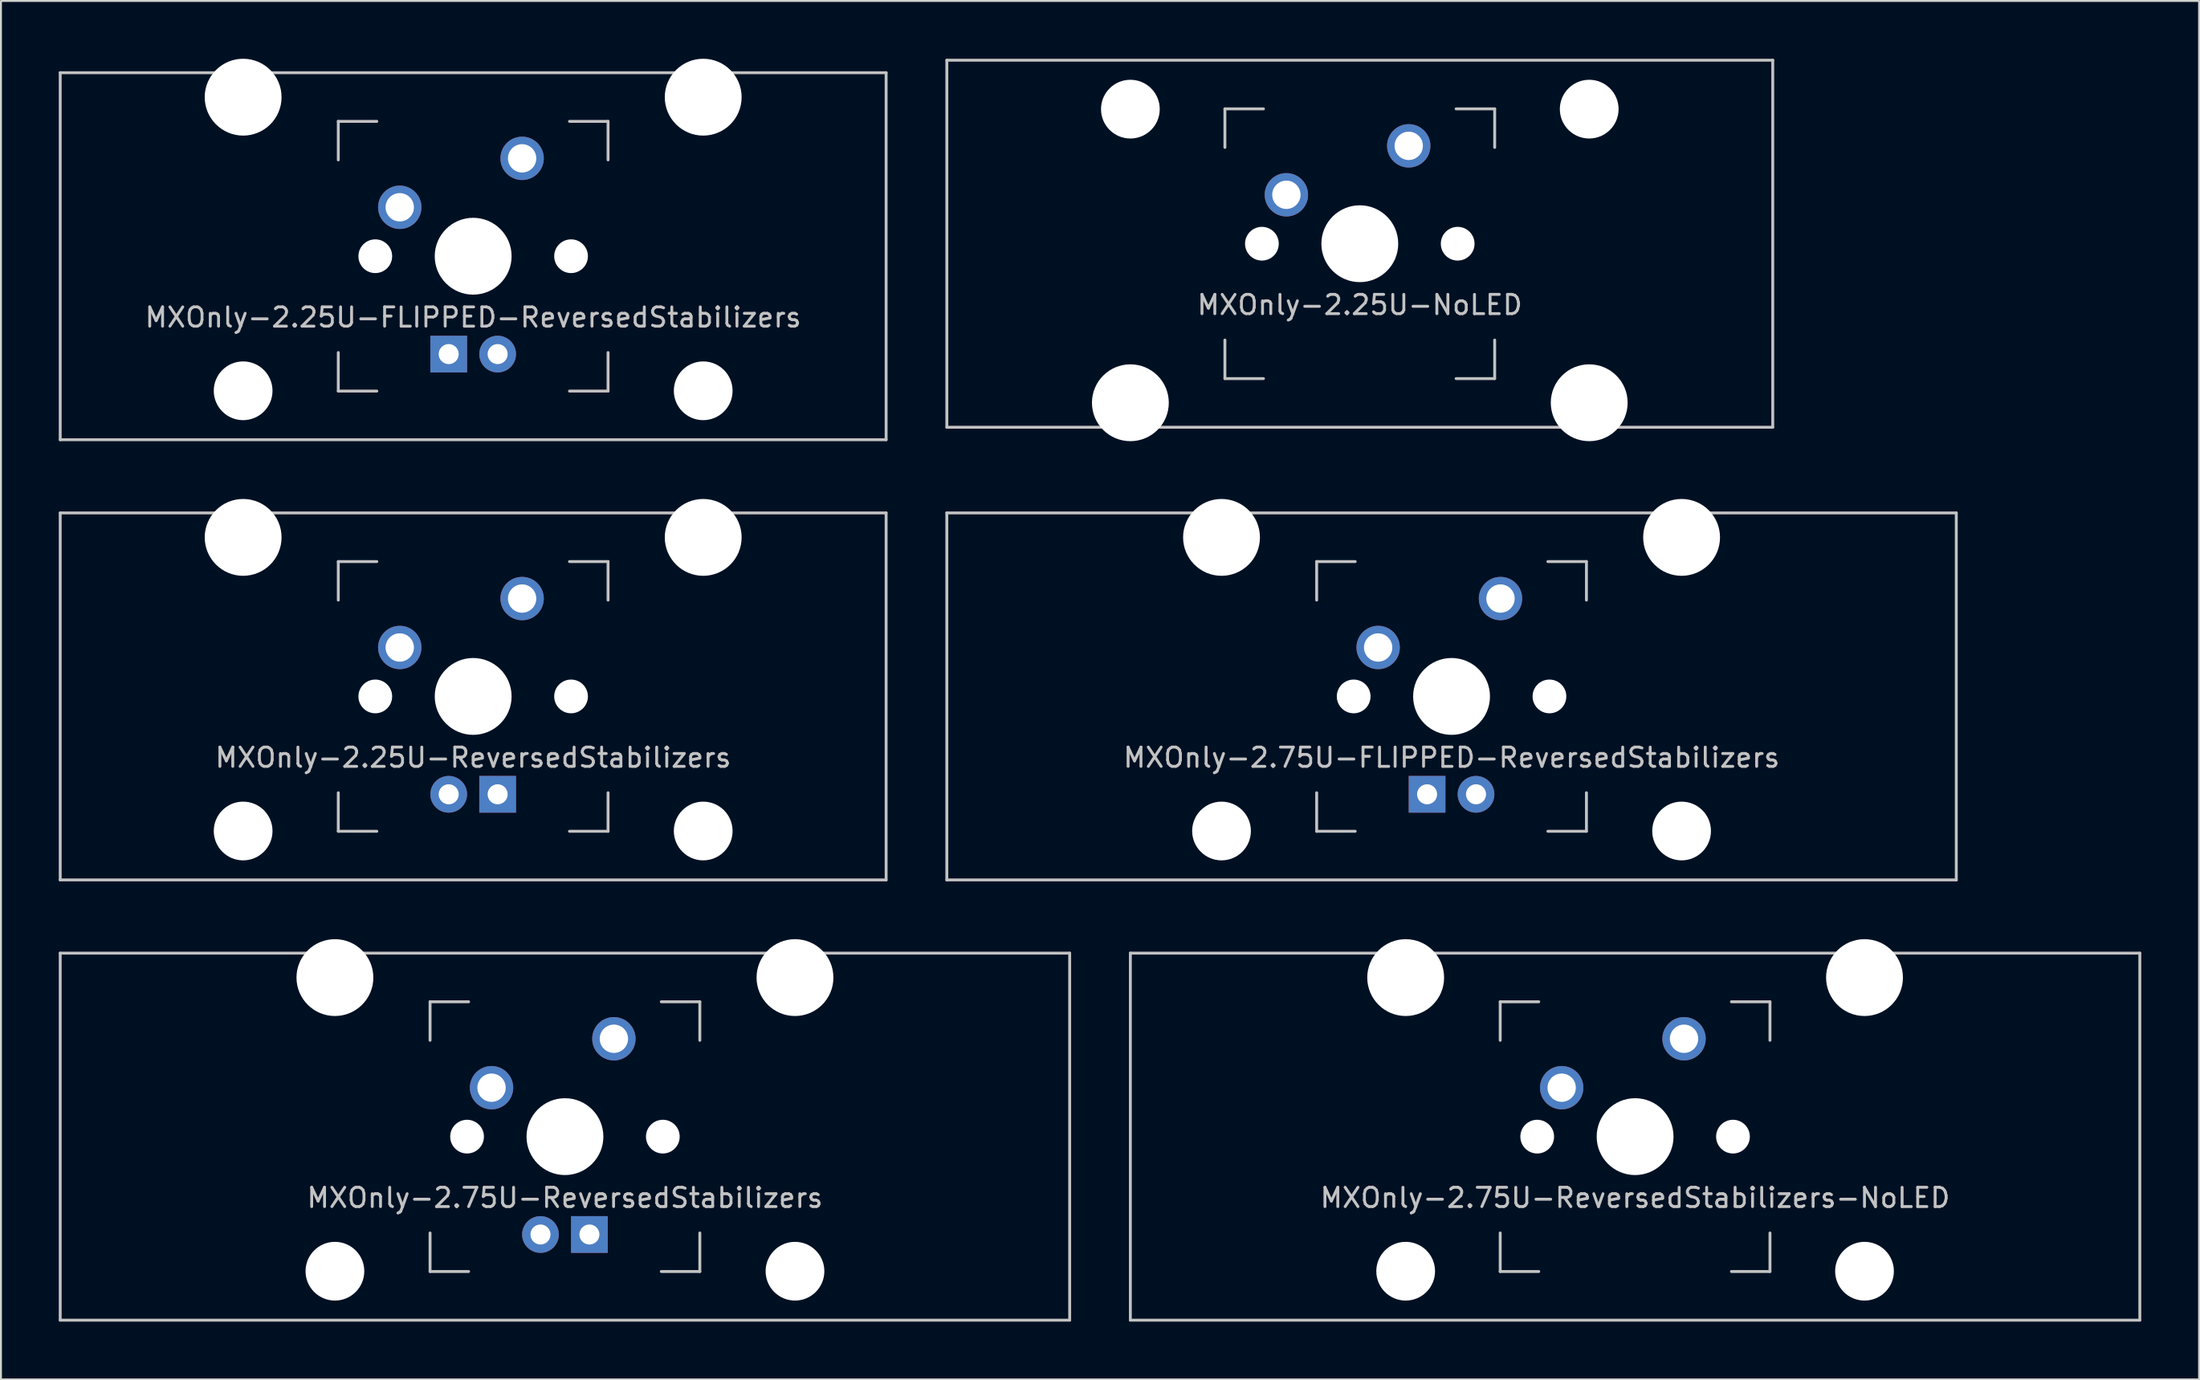
<source format=kicad_pcb>
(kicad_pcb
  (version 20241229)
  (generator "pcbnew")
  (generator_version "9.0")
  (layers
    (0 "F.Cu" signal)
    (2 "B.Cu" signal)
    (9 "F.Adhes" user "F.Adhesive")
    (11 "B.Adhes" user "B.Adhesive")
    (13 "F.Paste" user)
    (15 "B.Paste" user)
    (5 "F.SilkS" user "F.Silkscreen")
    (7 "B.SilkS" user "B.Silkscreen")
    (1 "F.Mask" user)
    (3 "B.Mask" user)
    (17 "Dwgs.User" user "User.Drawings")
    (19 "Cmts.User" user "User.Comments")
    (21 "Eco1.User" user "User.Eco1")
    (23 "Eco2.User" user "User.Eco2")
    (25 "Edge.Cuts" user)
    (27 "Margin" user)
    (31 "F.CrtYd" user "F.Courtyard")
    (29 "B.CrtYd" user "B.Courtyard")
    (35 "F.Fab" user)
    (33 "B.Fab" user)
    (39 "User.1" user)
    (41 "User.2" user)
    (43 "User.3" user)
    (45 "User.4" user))
  (footprint "MXOnly-2.25U-FLIPPED-ReversedStabilizers"
    (layer "F.Cu")
    (at 21.506 10.249)
    (property "Reference" "MXOnly-2.25U-FLIPPED-ReversedStabilizers" (at 0 3.175 0) (layer "Dwgs.User") (effects (font (size 1 1) (thickness 0.15))))
    (attr through_hole)
    (fp_line (start -21.431 -9.525) (end 21.431 -9.525) (stroke (width 0.15) (type solid)) (layer "Dwgs.User"))
    (fp_line (start -21.431 9.525) (end -21.431 -9.525) (stroke (width 0.15) (type solid)) (layer "Dwgs.User"))
    (fp_line (start -21.431 9.525) (end 21.431 9.525) (stroke (width 0.15) (type solid)) (layer "Dwgs.User"))
    (fp_line (start -7 -7) (end -7 -5) (stroke (width 0.15) (type solid)) (layer "Dwgs.User"))
    (fp_line (start -7 5) (end -7 7) (stroke (width 0.15) (type solid)) (layer "Dwgs.User"))
    (fp_line (start -7 7) (end -5 7) (stroke (width 0.15) (type solid)) (layer "Dwgs.User"))
    (fp_line (start -5 -7) (end -7 -7) (stroke (width 0.15) (type solid)) (layer "Dwgs.User"))
    (fp_line (start 5 -7) (end 7 -7) (stroke (width 0.15) (type solid)) (layer "Dwgs.User"))
    (fp_line (start 5 7) (end 7 7) (stroke (width 0.15) (type solid)) (layer "Dwgs.User"))
    (fp_line (start 7 -7) (end 7 -5) (stroke (width 0.15) (type solid)) (layer "Dwgs.User"))
    (fp_line (start 7 7) (end 7 5) (stroke (width 0.15) (type solid)) (layer "Dwgs.User"))
    (fp_line (start 21.431 -9.525) (end 21.431 9.525) (stroke (width 0.15) (type solid)) (layer "Dwgs.User"))
    (pad "" np_thru_hole circle (at -11.938 -8.255) (size 3.988 3.988) (drill 3.988) (layers "*.Cu" "*.Mask"))
    (pad "" np_thru_hole circle (at -11.938 6.985) (size 3.048 3.048) (drill 3.048) (layers "*.Cu" "*.Mask"))
    (pad "" np_thru_hole circle (at -5.08 0 48.1) (size 1.75 1.75) (drill 1.75) (layers "*.Cu" "*.Mask"))
    (pad "" np_thru_hole circle (at 0 0) (size 3.988 3.988) (drill 3.988) (layers "*.Cu" "*.Mask"))
    (pad "" np_thru_hole circle (at 5.08 0 48.1) (size 1.75 1.75) (drill 1.75) (layers "*.Cu" "*.Mask"))
    (pad "" np_thru_hole circle (at 11.938 -8.255) (size 3.988 3.988) (drill 3.988) (layers "*.Cu" "*.Mask"))
    (pad "" np_thru_hole circle (at 11.938 6.985) (size 3.048 3.048) (drill 3.048) (layers "*.Cu" "*.Mask"))
    (pad "1" thru_hole circle (at -3.81 -2.54) (size 2.25 2.25) (drill 1.47) (layers "*.Cu" "*.Mask"))
    (pad "2" thru_hole circle (at 2.54 -5.08) (size 2.25 2.25) (drill 1.47) (layers "*.Cu" "*.Mask"))
    (pad "3" thru_hole circle (at 1.27 5.08) (size 1.905 1.905) (drill 1.04) (layers "*.Cu" "*.Mask"))
    (pad "4" thru_hole rect (at -1.27 5.08) (size 1.905 1.905) (drill 1.04) (layers "*.Cu" "*.Mask")))
  (footprint "MXOnly-2.75U-ReversedStabilizers-NoLED"
    (layer "F.Cu")
    (at 81.806 55.947)
    (property "Reference" "MXOnly-2.75U-ReversedStabilizers-NoLED" (at 0 3.175 0) (layer "Dwgs.User") (effects (font (size 1 1) (thickness 0.15))))
    (attr through_hole)
    (fp_line (start -26.194 -9.525) (end 26.194 -9.525) (stroke (width 0.15) (type solid)) (layer "Dwgs.User"))
    (fp_line (start -26.194 9.525) (end -26.194 -9.525) (stroke (width 0.15) (type solid)) (layer "Dwgs.User"))
    (fp_line (start -26.194 9.525) (end 26.194 9.525) (stroke (width 0.15) (type solid)) (layer "Dwgs.User"))
    (fp_line (start -7 -7) (end -7 -5) (stroke (width 0.15) (type solid)) (layer "Dwgs.User"))
    (fp_line (start -7 5) (end -7 7) (stroke (width 0.15) (type solid)) (layer "Dwgs.User"))
    (fp_line (start -7 7) (end -5 7) (stroke (width 0.15) (type solid)) (layer "Dwgs.User"))
    (fp_line (start -5 -7) (end -7 -7) (stroke (width 0.15) (type solid)) (layer "Dwgs.User"))
    (fp_line (start 5 -7) (end 7 -7) (stroke (width 0.15) (type solid)) (layer "Dwgs.User"))
    (fp_line (start 5 7) (end 7 7) (stroke (width 0.15) (type solid)) (layer "Dwgs.User"))
    (fp_line (start 7 -7) (end 7 -5) (stroke (width 0.15) (type solid)) (layer "Dwgs.User"))
    (fp_line (start 7 7) (end 7 5) (stroke (width 0.15) (type solid)) (layer "Dwgs.User"))
    (fp_line (start 26.194 -9.525) (end 26.194 9.525) (stroke (width 0.15) (type solid)) (layer "Dwgs.User"))
    (pad "" np_thru_hole circle (at -11.906 -8.255) (size 3.988 3.988) (drill 3.988) (layers "*.Cu" "*.Mask"))
    (pad "" np_thru_hole circle (at -11.906 6.985) (size 3.048 3.048) (drill 3.048) (layers "*.Cu" "*.Mask"))
    (pad "" np_thru_hole circle (at -5.08 0 48.1) (size 1.75 1.75) (drill 1.75) (layers "*.Cu" "*.Mask"))
    (pad "" np_thru_hole circle (at 0 0) (size 3.988 3.988) (drill 3.988) (layers "*.Cu" "*.Mask"))
    (pad "" np_thru_hole circle (at 5.08 0 48.1) (size 1.75 1.75) (drill 1.75) (layers "*.Cu" "*.Mask"))
    (pad "" np_thru_hole circle (at 11.906 -8.255) (size 3.988 3.988) (drill 3.988) (layers "*.Cu" "*.Mask"))
    (pad "" np_thru_hole circle (at 11.906 6.985) (size 3.048 3.048) (drill 3.048) (layers "*.Cu" "*.Mask"))
    (pad "1" thru_hole circle (at -3.81 -2.54) (size 2.25 2.25) (drill 1.47) (layers "*.Cu" "*.Mask"))
    (pad "2" thru_hole circle (at 2.54 -5.08) (size 2.25 2.25) (drill 1.47) (layers "*.Cu" "*.Mask")))
  (footprint "MXOnly-2.25U-ReversedStabilizers"
    (layer "F.Cu")
    (at 21.506 33.098)
    (property "Reference" "MXOnly-2.25U-ReversedStabilizers" (at 0 3.175 0) (layer "Dwgs.User") (effects (font (size 1 1) (thickness 0.15))))
    (attr through_hole)
    (fp_line (start -21.431 -9.525) (end 21.431 -9.525) (stroke (width 0.15) (type solid)) (layer "Dwgs.User"))
    (fp_line (start -21.431 9.525) (end -21.431 -9.525) (stroke (width 0.15) (type solid)) (layer "Dwgs.User"))
    (fp_line (start -21.431 9.525) (end 21.431 9.525) (stroke (width 0.15) (type solid)) (layer "Dwgs.User"))
    (fp_line (start -7 -7) (end -7 -5) (stroke (width 0.15) (type solid)) (layer "Dwgs.User"))
    (fp_line (start -7 5) (end -7 7) (stroke (width 0.15) (type solid)) (layer "Dwgs.User"))
    (fp_line (start -7 7) (end -5 7) (stroke (width 0.15) (type solid)) (layer "Dwgs.User"))
    (fp_line (start -5 -7) (end -7 -7) (stroke (width 0.15) (type solid)) (layer "Dwgs.User"))
    (fp_line (start 5 -7) (end 7 -7) (stroke (width 0.15) (type solid)) (layer "Dwgs.User"))
    (fp_line (start 5 7) (end 7 7) (stroke (width 0.15) (type solid)) (layer "Dwgs.User"))
    (fp_line (start 7 -7) (end 7 -5) (stroke (width 0.15) (type solid)) (layer "Dwgs.User"))
    (fp_line (start 7 7) (end 7 5) (stroke (width 0.15) (type solid)) (layer "Dwgs.User"))
    (fp_line (start 21.431 -9.525) (end 21.431 9.525) (stroke (width 0.15) (type solid)) (layer "Dwgs.User"))
    (pad "" np_thru_hole circle (at -11.938 -8.255) (size 3.988 3.988) (drill 3.988) (layers "*.Cu" "*.Mask"))
    (pad "" np_thru_hole circle (at -11.938 6.985) (size 3.048 3.048) (drill 3.048) (layers "*.Cu" "*.Mask"))
    (pad "" np_thru_hole circle (at -5.08 0 48.1) (size 1.75 1.75) (drill 1.75) (layers "*.Cu" "*.Mask"))
    (pad "" np_thru_hole circle (at 0 0) (size 3.988 3.988) (drill 3.988) (layers "*.Cu" "*.Mask"))
    (pad "" np_thru_hole circle (at 5.08 0 48.1) (size 1.75 1.75) (drill 1.75) (layers "*.Cu" "*.Mask"))
    (pad "" np_thru_hole circle (at 11.938 -8.255) (size 3.988 3.988) (drill 3.988) (layers "*.Cu" "*.Mask"))
    (pad "" np_thru_hole circle (at 11.938 6.985) (size 3.048 3.048) (drill 3.048) (layers "*.Cu" "*.Mask"))
    (pad "1" thru_hole circle (at -3.81 -2.54) (size 2.25 2.25) (drill 1.47) (layers "*.Cu" "*.Mask"))
    (pad "2" thru_hole circle (at 2.54 -5.08) (size 2.25 2.25) (drill 1.47) (layers "*.Cu" "*.Mask"))
    (pad "3" thru_hole circle (at -1.27 5.08) (size 1.905 1.905) (drill 1.04) (layers "*.Cu" "*.Mask"))
    (pad "4" thru_hole rect (at 1.27 5.08) (size 1.905 1.905) (drill 1.04) (layers "*.Cu" "*.Mask")))
  (footprint "MXOnly-2.75U-FLIPPED-ReversedStabilizers"
    (layer "F.Cu")
    (at 72.281 33.098)
    (property "Reference" "MXOnly-2.75U-FLIPPED-ReversedStabilizers" (at 0 3.175 0) (layer "Dwgs.User") (effects (font (size 1 1) (thickness 0.15))))
    (attr through_hole)
    (fp_line (start -26.194 -9.525) (end 26.194 -9.525) (stroke (width 0.15) (type solid)) (layer "Dwgs.User"))
    (fp_line (start -26.194 9.525) (end -26.194 -9.525) (stroke (width 0.15) (type solid)) (layer "Dwgs.User"))
    (fp_line (start -26.194 9.525) (end 26.194 9.525) (stroke (width 0.15) (type solid)) (layer "Dwgs.User"))
    (fp_line (start -7 -7) (end -7 -5) (stroke (width 0.15) (type solid)) (layer "Dwgs.User"))
    (fp_line (start -7 5) (end -7 7) (stroke (width 0.15) (type solid)) (layer "Dwgs.User"))
    (fp_line (start -7 7) (end -5 7) (stroke (width 0.15) (type solid)) (layer "Dwgs.User"))
    (fp_line (start -5 -7) (end -7 -7) (stroke (width 0.15) (type solid)) (layer "Dwgs.User"))
    (fp_line (start 5 -7) (end 7 -7) (stroke (width 0.15) (type solid)) (layer "Dwgs.User"))
    (fp_line (start 5 7) (end 7 7) (stroke (width 0.15) (type solid)) (layer "Dwgs.User"))
    (fp_line (start 7 -7) (end 7 -5) (stroke (width 0.15) (type solid)) (layer "Dwgs.User"))
    (fp_line (start 7 7) (end 7 5) (stroke (width 0.15) (type solid)) (layer "Dwgs.User"))
    (fp_line (start 26.194 -9.525) (end 26.194 9.525) (stroke (width 0.15) (type solid)) (layer "Dwgs.User"))
    (pad "" np_thru_hole circle (at -11.938 -8.255) (size 3.988 3.988) (drill 3.988) (layers "*.Cu" "*.Mask"))
    (pad "" np_thru_hole circle (at -11.938 6.985) (size 3.048 3.048) (drill 3.048) (layers "*.Cu" "*.Mask"))
    (pad "" np_thru_hole circle (at -5.08 0 48.1) (size 1.75 1.75) (drill 1.75) (layers "*.Cu" "*.Mask"))
    (pad "" np_thru_hole circle (at 0 0) (size 3.988 3.988) (drill 3.988) (layers "*.Cu" "*.Mask"))
    (pad "" np_thru_hole circle (at 5.08 0 48.1) (size 1.75 1.75) (drill 1.75) (layers "*.Cu" "*.Mask"))
    (pad "" np_thru_hole circle (at 11.938 -8.255) (size 3.988 3.988) (drill 3.988) (layers "*.Cu" "*.Mask"))
    (pad "" np_thru_hole circle (at 11.938 6.985) (size 3.048 3.048) (drill 3.048) (layers "*.Cu" "*.Mask"))
    (pad "1" thru_hole circle (at -3.81 -2.54) (size 2.25 2.25) (drill 1.47) (layers "*.Cu" "*.Mask"))
    (pad "2" thru_hole circle (at 2.54 -5.08) (size 2.25 2.25) (drill 1.47) (layers "*.Cu" "*.Mask"))
    (pad "3" thru_hole circle (at 1.27 5.08) (size 1.905 1.905) (drill 1.04) (layers "*.Cu" "*.Mask"))
    (pad "4" thru_hole rect (at -1.27 5.08) (size 1.905 1.905) (drill 1.04) (layers "*.Cu" "*.Mask")))
  (footprint "MXOnly-2.75U-ReversedStabilizers"
    (layer "F.Cu")
    (at 26.269 55.947)
    (property "Reference" "MXOnly-2.75U-ReversedStabilizers" (at 0 3.175 0) (layer "Dwgs.User") (effects (font (size 1 1) (thickness 0.15))))
    (attr through_hole)
    (fp_line (start -26.194 -9.525) (end 26.194 -9.525) (stroke (width 0.15) (type solid)) (layer "Dwgs.User"))
    (fp_line (start -26.194 9.525) (end -26.194 -9.525) (stroke (width 0.15) (type solid)) (layer "Dwgs.User"))
    (fp_line (start -26.194 9.525) (end 26.194 9.525) (stroke (width 0.15) (type solid)) (layer "Dwgs.User"))
    (fp_line (start -7 -7) (end -7 -5) (stroke (width 0.15) (type solid)) (layer "Dwgs.User"))
    (fp_line (start -7 5) (end -7 7) (stroke (width 0.15) (type solid)) (layer "Dwgs.User"))
    (fp_line (start -7 7) (end -5 7) (stroke (width 0.15) (type solid)) (layer "Dwgs.User"))
    (fp_line (start -5 -7) (end -7 -7) (stroke (width 0.15) (type solid)) (layer "Dwgs.User"))
    (fp_line (start 5 -7) (end 7 -7) (stroke (width 0.15) (type solid)) (layer "Dwgs.User"))
    (fp_line (start 5 7) (end 7 7) (stroke (width 0.15) (type solid)) (layer "Dwgs.User"))
    (fp_line (start 7 -7) (end 7 -5) (stroke (width 0.15) (type solid)) (layer "Dwgs.User"))
    (fp_line (start 7 7) (end 7 5) (stroke (width 0.15) (type solid)) (layer "Dwgs.User"))
    (fp_line (start 26.194 -9.525) (end 26.194 9.525) (stroke (width 0.15) (type solid)) (layer "Dwgs.User"))
    (pad "" np_thru_hole circle (at -11.938 -8.255) (size 3.988 3.988) (drill 3.988) (layers "*.Cu" "*.Mask"))
    (pad "" np_thru_hole circle (at -11.938 6.985) (size 3.048 3.048) (drill 3.048) (layers "*.Cu" "*.Mask"))
    (pad "" np_thru_hole circle (at -5.08 0 48.1) (size 1.75 1.75) (drill 1.75) (layers "*.Cu" "*.Mask"))
    (pad "" np_thru_hole circle (at 0 0) (size 3.988 3.988) (drill 3.988) (layers "*.Cu" "*.Mask"))
    (pad "" np_thru_hole circle (at 5.08 0 48.1) (size 1.75 1.75) (drill 1.75) (layers "*.Cu" "*.Mask"))
    (pad "" np_thru_hole circle (at 11.938 -8.255) (size 3.988 3.988) (drill 3.988) (layers "*.Cu" "*.Mask"))
    (pad "" np_thru_hole circle (at 11.938 6.985) (size 3.048 3.048) (drill 3.048) (layers "*.Cu" "*.Mask"))
    (pad "1" thru_hole circle (at -3.81 -2.54) (size 2.25 2.25) (drill 1.47) (layers "*.Cu" "*.Mask"))
    (pad "2" thru_hole circle (at 2.54 -5.08) (size 2.25 2.25) (drill 1.47) (layers "*.Cu" "*.Mask"))
    (pad "3" thru_hole circle (at -1.27 5.08) (size 1.905 1.905) (drill 1.04) (layers "*.Cu" "*.Mask"))
    (pad "4" thru_hole rect (at 1.27 5.08) (size 1.905 1.905) (drill 1.04) (layers "*.Cu" "*.Mask")))
  (footprint "MXOnly-2.25U-NoLED"
    (layer "F.Cu")
    (at 67.519 9.6)
    (property "Reference" "MXOnly-2.25U-NoLED" (at 0 3.175 0) (layer "Dwgs.User") (effects (font (size 1 1) (thickness 0.15))))
    (attr through_hole)
    (fp_line (start -21.431 -9.525) (end 21.431 -9.525) (stroke (width 0.15) (type solid)) (layer "Dwgs.User"))
    (fp_line (start -21.431 9.525) (end -21.431 -9.525) (stroke (width 0.15) (type solid)) (layer "Dwgs.User"))
    (fp_line (start -21.431 9.525) (end 21.431 9.525) (stroke (width 0.15) (type solid)) (layer "Dwgs.User"))
    (fp_line (start -7 -7) (end -7 -5) (stroke (width 0.15) (type solid)) (layer "Dwgs.User"))
    (fp_line (start -7 5) (end -7 7) (stroke (width 0.15) (type solid)) (layer "Dwgs.User"))
    (fp_line (start -7 7) (end -5 7) (stroke (width 0.15) (type solid)) (layer "Dwgs.User"))
    (fp_line (start -5 -7) (end -7 -7) (stroke (width 0.15) (type solid)) (layer "Dwgs.User"))
    (fp_line (start 5 -7) (end 7 -7) (stroke (width 0.15) (type solid)) (layer "Dwgs.User"))
    (fp_line (start 5 7) (end 7 7) (stroke (width 0.15) (type solid)) (layer "Dwgs.User"))
    (fp_line (start 7 -7) (end 7 -5) (stroke (width 0.15) (type solid)) (layer "Dwgs.User"))
    (fp_line (start 7 7) (end 7 5) (stroke (width 0.15) (type solid)) (layer "Dwgs.User"))
    (fp_line (start 21.431 -9.525) (end 21.431 9.525) (stroke (width 0.15) (type solid)) (layer "Dwgs.User"))
    (pad "" np_thru_hole circle (at -11.906 -6.985) (size 3.048 3.048) (drill 3.048) (layers "*.Cu" "*.Mask"))
    (pad "" np_thru_hole circle (at -11.906 8.255) (size 3.988 3.988) (drill 3.988) (layers "*.Cu" "*.Mask"))
    (pad "" np_thru_hole circle (at -5.08 0 48.1) (size 1.75 1.75) (drill 1.75) (layers "*.Cu" "*.Mask"))
    (pad "" np_thru_hole circle (at 0 0) (size 3.988 3.988) (drill 3.988) (layers "*.Cu" "*.Mask"))
    (pad "" np_thru_hole circle (at 5.08 0 48.1) (size 1.75 1.75) (drill 1.75) (layers "*.Cu" "*.Mask"))
    (pad "" np_thru_hole circle (at 11.906 -6.985) (size 3.048 3.048) (drill 3.048) (layers "*.Cu" "*.Mask"))
    (pad "" np_thru_hole circle (at 11.906 8.255) (size 3.988 3.988) (drill 3.988) (layers "*.Cu" "*.Mask"))
    (pad "1" thru_hole circle (at -3.81 -2.54) (size 2.25 2.25) (drill 1.47) (layers "*.Cu" "*.Mask"))
    (pad "2" thru_hole circle (at 2.54 -5.08) (size 2.25 2.25) (drill 1.47) (layers "*.Cu" "*.Mask")))
  (gr_rect
    (start -3 -3)
    (end 111.075 68.547)
    (stroke (width 0.1) (type default))
    (fill no)
    (layer "Edge.Cuts")))
</source>
